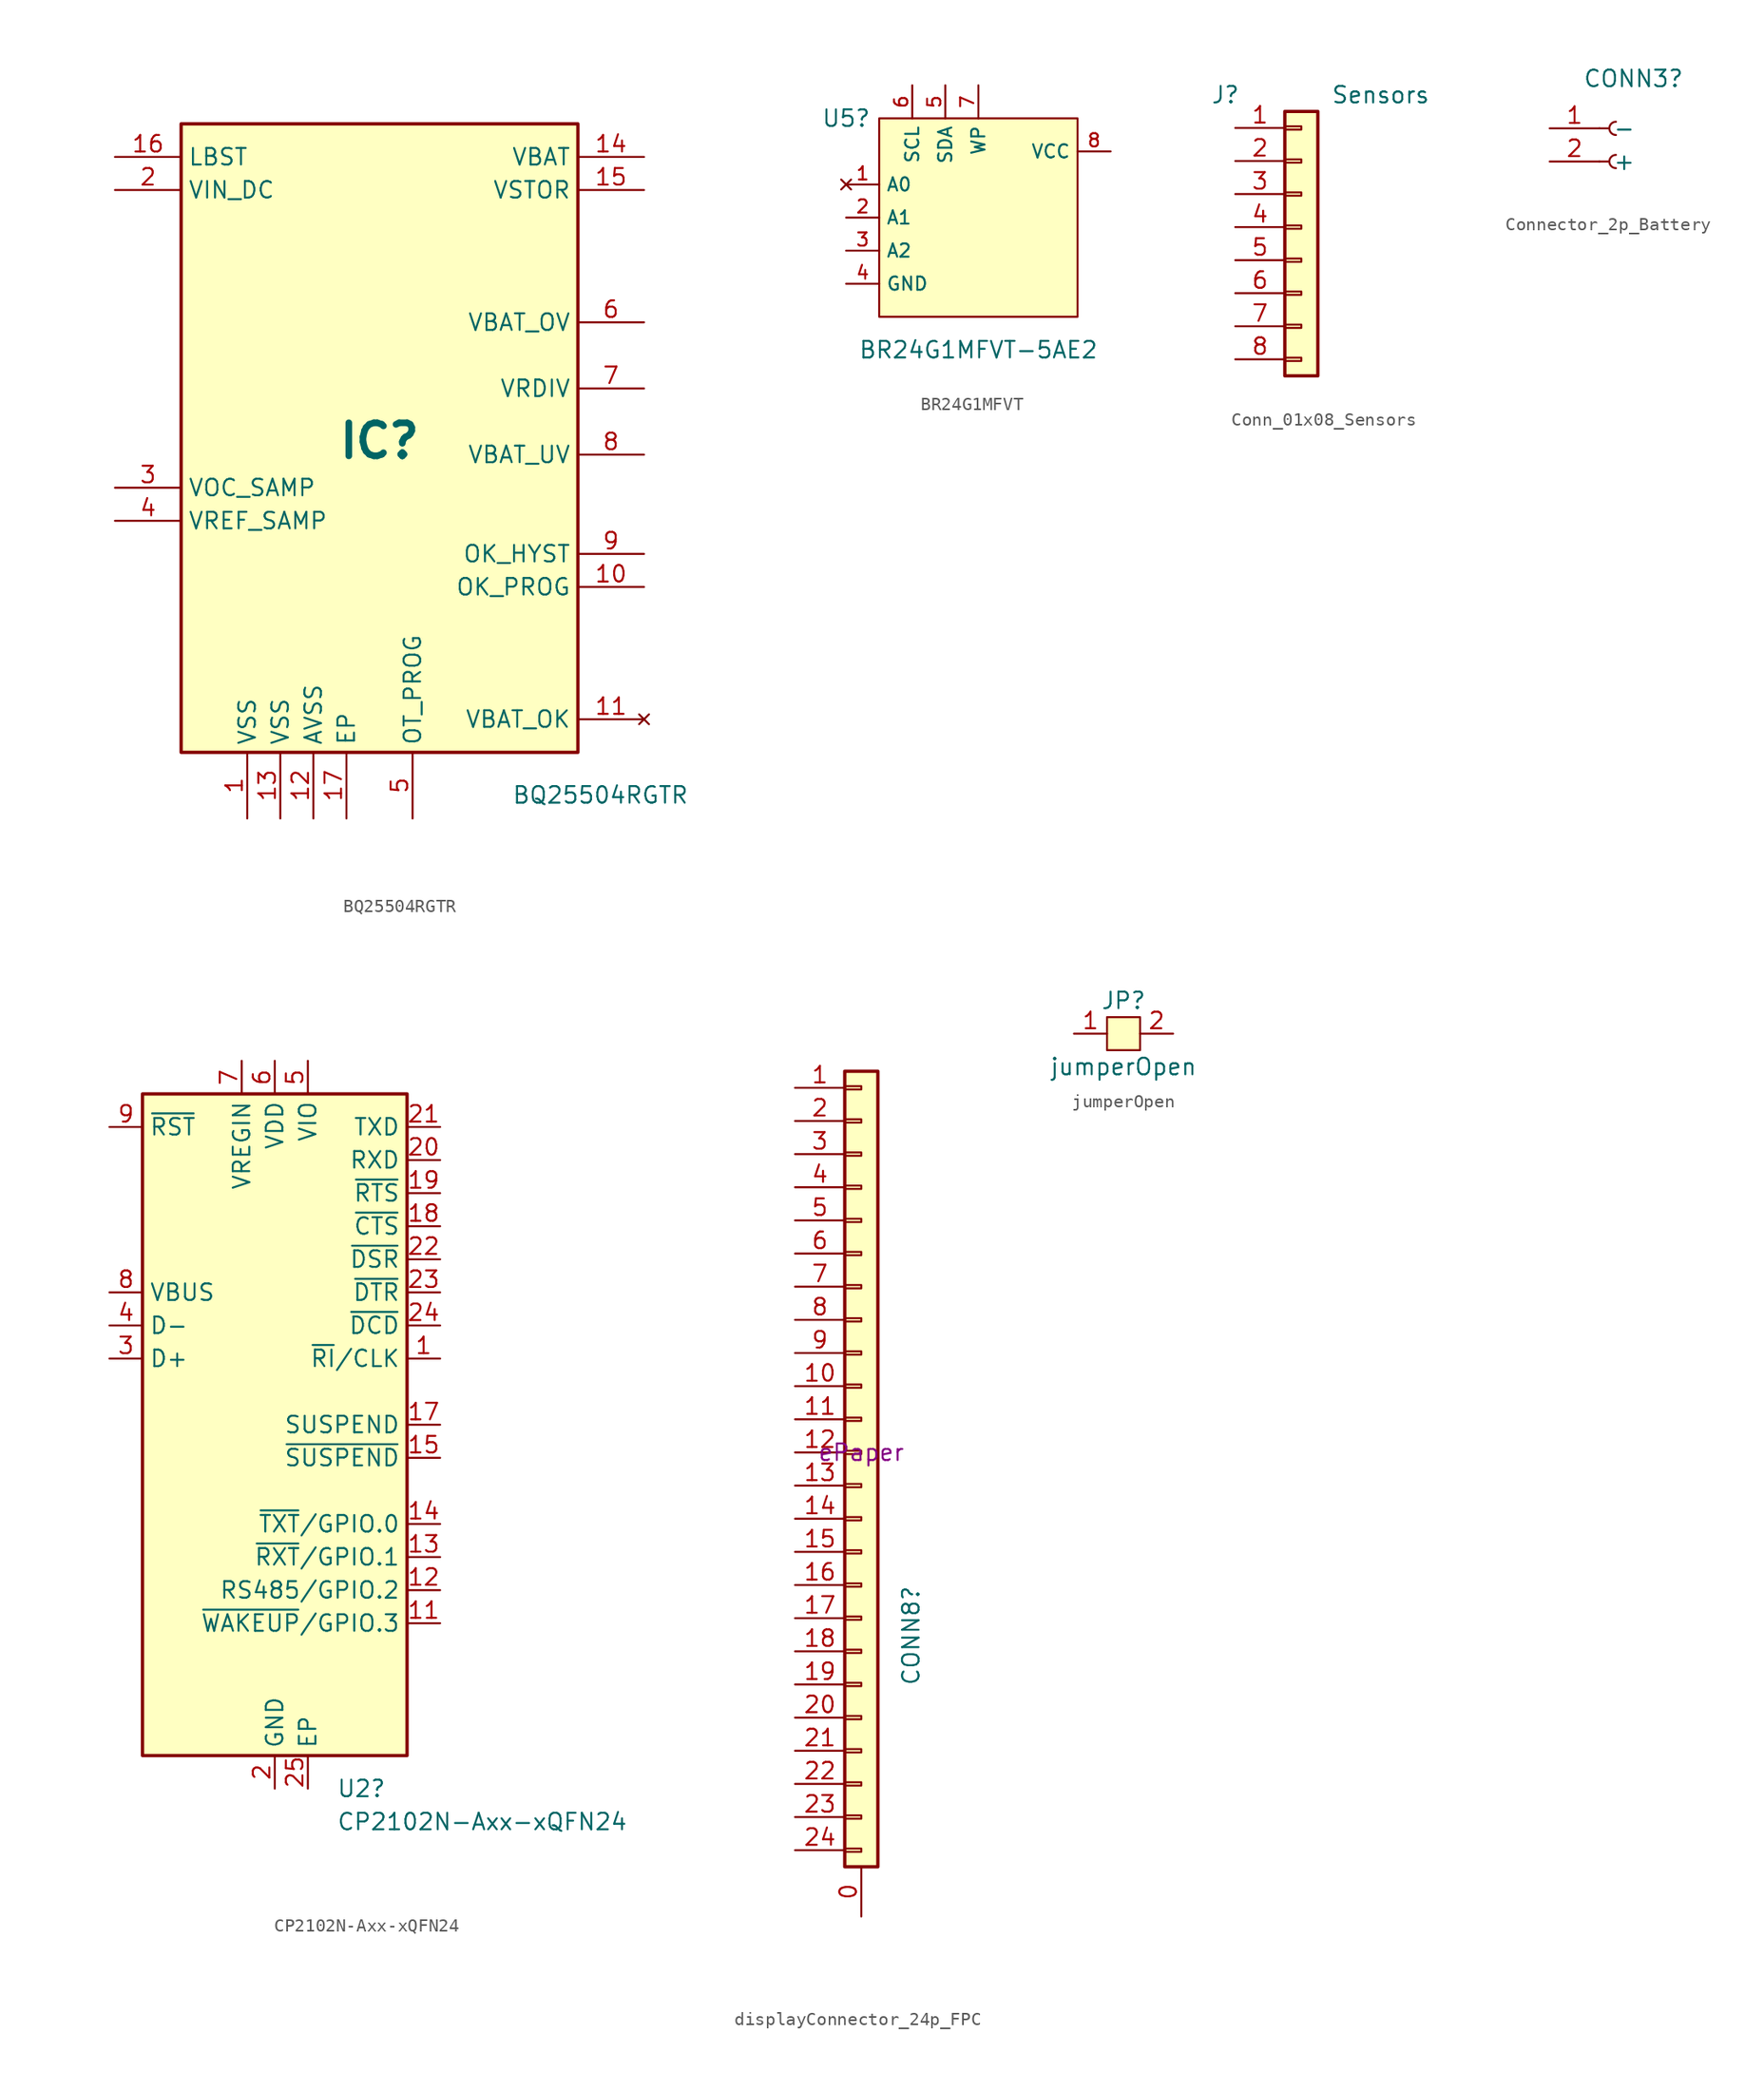
<source format=kicad_sym>
(kicad_symbol_lib
  (version 20231120)
  (generator "kicad_symbol_editor")
  (generator_version "8.0")
  (symbol "BQ25504RGTR"
    (property "Reference" "IC"
      (at 0 0 0)
      (effects (font (size 2.54 2.54) (thickness 0.508) (bold yes)) (justify top)))
    (property "Value" "BQ25504RGTR"
      (at 10.16 -27.94 0)
      (effects (font (size 1.27 1.27)) (justify left top)))
    (symbol "BQ25504RGTR_1_1"
      (rectangle (start -15.24 22.86) (end 15.24 -25.4) (stroke (width 0.254) (type default)) (fill (type background)))
      (pin power_in line (at -10.16 -30.48 90) (length 5.08) (name "VSS" (effects (font (size 1.27 1.27)))) (number "1" (effects (font (size 1.27 1.27)))))
      (pin passive line (at 20.32 -12.7 180) (length 5.08) (name "OK_PROG" (effects (font (size 1.27 1.27)))) (number "10" (effects (font (size 1.27 1.27)))))
      (pin no_connect line (at 20.32 -22.86 180) (length 5.08) (name "VBAT_OK" (effects (font (size 1.27 1.27)))) (number "11" (effects (font (size 1.27 1.27)))))
      (pin passive line (at -5.08 -30.48 90) (length 5.08) (name "AVSS" (effects (font (size 1.27 1.27)))) (number "12" (effects (font (size 1.27 1.27)))))
      (pin passive line (at -7.62 -30.48 90) (length 5.08) (name "VSS" (effects (font (size 1.27 1.27)))) (number "13" (effects (font (size 1.27 1.27)))))
      (pin passive line (at 20.32 20.32 180) (length 5.08) (name "VBAT" (effects (font (size 1.27 1.27)))) (number "14" (effects (font (size 1.27 1.27)))))
      (pin passive line (at 20.32 17.78 180) (length 5.08) (name "VSTOR" (effects (font (size 1.27 1.27)))) (number "15" (effects (font (size 1.27 1.27)))))
      (pin passive line (at -20.32 20.32 0) (length 5.08) (name "LBST" (effects (font (size 1.27 1.27)))) (number "16" (effects (font (size 1.27 1.27)))))
      (pin passive line (at -2.54 -30.48 90) (length 5.08) (name "EP" (effects (font (size 1.27 1.27)))) (number "17" (effects (font (size 1.27 1.27)))))
      (pin input line (at -20.32 17.78 0) (length 5.08) (name "VIN_DC" (effects (font (size 1.27 1.27)))) (number "2" (effects (font (size 1.27 1.27)))))
      (pin input line (at -20.32 -5.08 0) (length 5.08) (name "VOC_SAMP" (effects (font (size 1.27 1.27)))) (number "3" (effects (font (size 1.27 1.27)))))
      (pin input line (at -20.32 -7.62 0) (length 5.08) (name "VREF_SAMP" (effects (font (size 1.27 1.27)))) (number "4" (effects (font (size 1.27 1.27)))))
      (pin passive line (at 2.54 -30.48 90) (length 5.08) (name "OT_PROG" (effects (font (size 1.27 1.27)))) (number "5" (effects (font (size 1.27 1.27)))))
      (pin passive line (at 20.32 7.62 180) (length 5.08) (name "VBAT_OV" (effects (font (size 1.27 1.27)))) (number "6" (effects (font (size 1.27 1.27)))))
      (pin passive line (at 20.32 2.54 180) (length 5.08) (name "VRDIV" (effects (font (size 1.27 1.27)))) (number "7" (effects (font (size 1.27 1.27)))))
      (pin passive line (at 20.32 -2.54 180) (length 5.08) (name "VBAT_UV" (effects (font (size 1.27 1.27)))) (number "8" (effects (font (size 1.27 1.27)))))
      (pin passive line (at 20.32 -10.16 180) (length 5.08) (name "OK_HYST" (effects (font (size 1.27 1.27)))) (number "9" (effects (font (size 1.27 1.27)))))))
  (symbol "BR24G1MFVT"
    (property "Reference" "U5"
      (at -10.16 7.62 0)
      (effects (font (size 1.27 1.27))))
    (property "Value" "BR24G1MFVT-5AE2"
      (at 0 -10.16 0)
      (effects (font (size 1.27 1.27))))
    (symbol "BR24G1MFVT_0_1"
      (rectangle (start -7.62 7.62) (end 7.62 -7.62) (stroke (width 0) (type default)) (fill (type background))))
    (symbol "BR24G1MFVT_1_1"
      (pin no_connect line (at -10.16 2.54 0) (length 2.54) (name "A0" (effects (font (size 1.016 1.016)))) (number "1" (effects (font (size 1.016 1.016)))))
      (pin input line (at -10.16 0 0) (length 2.54) (name "A1" (effects (font (size 1.016 1.016)))) (number "2" (effects (font (size 1.016 1.016)))))
      (pin input line (at -10.16 -2.54 0) (length 2.54) (name "A2" (effects (font (size 1.016 1.016)))) (number "3" (effects (font (size 1.016 1.016)))))
      (pin power_in line (at -10.16 -5.08 0) (length 2.54) (name "GND" (effects (font (size 1.016 1.016)))) (number "4" (effects (font (size 1.016 1.016)))))
      (pin input line (at -2.54 10.16 270) (length 2.54) (name "SDA" (effects (font (size 1.016 1.016)))) (number "5" (effects (font (size 1.016 1.016)))))
      (pin input line (at -5.08 10.16 270) (length 2.54) (name "SCL" (effects (font (size 1.016 1.016)))) (number "6" (effects (font (size 1.016 1.016)))))
      (pin input line (at 0 10.16 270) (length 2.54) (name "WP" (effects (font (size 1.016 1.016)))) (number "7" (effects (font (size 1.016 1.016)))))
      (pin power_in line (at 10.16 5.08 180) (length 2.54) (name "VCC" (effects (font (size 1.016 1.016)))) (number "8" (effects (font (size 1.016 1.016)))))))
  (symbol "Conn_01x08_Sensors"
    (pin_names
      (offset 1.016) hide)
    (property "Reference" "J"
      (at -5.842 10.16 0)
      (effects (font (size 1.27 1.27))))
    (property "Value" "Sensors"
      (at 6.096 10.16 0)
      (effects (font (size 1.27 1.27))))
    (symbol "Conn_01x08_Sensors_1_1"
      (rectangle (start -1.27 -10.033) (end 0 -10.287) (stroke (width 0.152) (type default)) (fill (type none)))
      (rectangle (start -1.27 -7.493) (end 0 -7.747) (stroke (width 0.152) (type default)) (fill (type none)))
      (rectangle (start -1.27 -4.953) (end 0 -5.207) (stroke (width 0.152) (type default)) (fill (type none)))
      (rectangle (start -1.27 -2.413) (end 0 -2.667) (stroke (width 0.152) (type default)) (fill (type none)))
      (rectangle (start -1.27 0.127) (end 0 -0.127) (stroke (width 0.152) (type default)) (fill (type none)))
      (rectangle (start -1.27 2.667) (end 0 2.413) (stroke (width 0.152) (type default)) (fill (type none)))
      (rectangle (start -1.27 5.207) (end 0 4.953) (stroke (width 0.152) (type default)) (fill (type none)))
      (rectangle (start -1.27 7.747) (end 0 7.493) (stroke (width 0.152) (type default)) (fill (type none)))
      (rectangle (start -1.27 8.89) (end 1.27 -11.43) (stroke (width 0.254) (type default)) (fill (type background)))
      (pin passive line (at -5.08 7.62 0) (length 3.81) (name "Pin_1" (effects (font (size 1.27 1.27)))) (number "1" (effects (font (size 1.27 1.27)))))
      (pin passive line (at -5.08 5.08 0) (length 3.81) (name "Pin_2" (effects (font (size 1.27 1.27)))) (number "2" (effects (font (size 1.27 1.27)))))
      (pin passive line (at -5.08 2.54 0) (length 3.81) (name "Pin_3" (effects (font (size 1.27 1.27)))) (number "3" (effects (font (size 1.27 1.27)))))
      (pin passive line (at -5.08 0 0) (length 3.81) (name "Pin_4" (effects (font (size 1.27 1.27)))) (number "4" (effects (font (size 1.27 1.27)))))
      (pin passive line (at -5.08 -2.54 0) (length 3.81) (name "Pin_5" (effects (font (size 1.27 1.27)))) (number "5" (effects (font (size 1.27 1.27)))))
      (pin passive line (at -5.08 -5.08 0) (length 3.81) (name "Pin_6" (effects (font (size 1.27 1.27)))) (number "6" (effects (font (size 1.27 1.27)))))
      (pin passive line (at -5.08 -7.62 0) (length 3.81) (name "Pin_7" (effects (font (size 1.27 1.27)))) (number "7" (effects (font (size 1.27 1.27)))))
      (pin passive line (at -5.08 -10.16 0) (length 3.81) (name "Pin_8" (effects (font (size 1.27 1.27)))) (number "8" (effects (font (size 1.27 1.27)))))))
  (symbol "Connector_2p_Battery"
    (pin_names
      (offset 1.016))
    (property "Reference" "CONN3"
      (at -2.54 3.81 0)
      (effects (font (size 1.27 1.27)) (justify left)))
    (property "Description" ""
      (at 0 -5.08 0)
      (effects (font (size 1.27 1.27))))
    (symbol "Connector_2p_Battery_1_1"
      (arc (start 0 -2.032) (mid -0.5058 -2.54) (end 0 -3.048) (stroke (width 0.1524) (type default)) (fill (type none)))
      (polyline (pts (xy -1.27 -2.54) (xy -0.508 -2.54)) (stroke (width 0.152) (type default)) (fill (type none)))
      (polyline (pts (xy -1.27 0) (xy -0.508 0)) (stroke (width 0.152) (type default)) (fill (type none)))
      (arc (start 0 0.508) (mid -0.5058 0) (end 0 -0.508) (stroke (width 0.1524) (type default)) (fill (type none)))
      (pin power_in line (at -5.08 0 0) (length 3.81) (name "-" (effects (font (size 1.27 1.27)))) (number "1" (effects (font (size 1.27 1.27)))))
      (pin power_out line (at -5.08 -2.54 0) (length 3.81) (name "+" (effects (font (size 1.27 1.27)))) (number "2" (effects (font (size 1.27 1.27)))))))
  (symbol "CP2102N-Axx-xQFN24"
    (property "Reference" "U2"
      (at 4.734 -27.94 0)
      (effects (font (size 1.27 1.27)) (justify left)))
    (property "Value" "CP2102N-Axx-xQFN24"
      (at 4.734 -30.48 0)
      (effects (font (size 1.27 1.27)) (justify left)))
    (symbol "CP2102N-Axx-xQFN24_0_1"
      (rectangle (start -10.16 25.4) (end 10.16 -25.4) (stroke (width 0.254) (type default)) (fill (type background))))
    (symbol "CP2102N-Axx-xQFN24_1_1"
      (pin bidirectional line (at 12.7 5.08 180) (length 2.54) (name "~{RI}/CLK" (effects (font (size 1.27 1.27)))) (number "1" (effects (font (size 1.27 1.27)))))
      (pin no_connect line (at -10.16 -22.86 0) (length 2.54) hide (name "NC" (effects (font (size 1.27 1.27)))) (number "10" (effects (font (size 1.27 1.27)))))
      (pin bidirectional line (at 12.7 -15.24 180) (length 2.54) (name "~{WAKEUP}/GPIO.3" (effects (font (size 1.27 1.27)))) (number "11" (effects (font (size 1.27 1.27)))))
      (pin bidirectional line (at 12.7 -12.7 180) (length 2.54) (name "RS485/GPIO.2" (effects (font (size 1.27 1.27)))) (number "12" (effects (font (size 1.27 1.27)))))
      (pin bidirectional line (at 12.7 -10.16 180) (length 2.54) (name "~{RXT}/GPIO.1" (effects (font (size 1.27 1.27)))) (number "13" (effects (font (size 1.27 1.27)))))
      (pin bidirectional line (at 12.7 -7.62 180) (length 2.54) (name "~{TXT}/GPIO.0" (effects (font (size 1.27 1.27)))) (number "14" (effects (font (size 1.27 1.27)))))
      (pin output line (at 12.7 -2.54 180) (length 2.54) (name "~{SUSPEND}" (effects (font (size 1.27 1.27)))) (number "15" (effects (font (size 1.27 1.27)))))
      (pin no_connect line (at 10.16 -22.86 180) (length 2.54) hide (name "NC" (effects (font (size 1.27 1.27)))) (number "16" (effects (font (size 1.27 1.27)))))
      (pin output line (at 12.7 0 180) (length 2.54) (name "SUSPEND" (effects (font (size 1.27 1.27)))) (number "17" (effects (font (size 1.27 1.27)))))
      (pin input line (at 12.7 15.24 180) (length 2.54) (name "~{CTS}" (effects (font (size 1.27 1.27)))) (number "18" (effects (font (size 1.27 1.27)))))
      (pin output line (at 12.7 17.78 180) (length 2.54) (name "~{RTS}" (effects (font (size 1.27 1.27)))) (number "19" (effects (font (size 1.27 1.27)))))
      (pin power_in line (at 0 -27.94 90) (length 2.54) (name "GND" (effects (font (size 1.27 1.27)))) (number "2" (effects (font (size 1.27 1.27)))))
      (pin input line (at 12.7 20.32 180) (length 2.54) (name "RXD" (effects (font (size 1.27 1.27)))) (number "20" (effects (font (size 1.27 1.27)))))
      (pin output line (at 12.7 22.86 180) (length 2.54) (name "TXD" (effects (font (size 1.27 1.27)))) (number "21" (effects (font (size 1.27 1.27)))))
      (pin input line (at 12.7 12.7 180) (length 2.54) (name "~{DSR}" (effects (font (size 1.27 1.27)))) (number "22" (effects (font (size 1.27 1.27)))))
      (pin output line (at 12.7 10.16 180) (length 2.54) (name "~{DTR}" (effects (font (size 1.27 1.27)))) (number "23" (effects (font (size 1.27 1.27)))))
      (pin input line (at 12.7 7.62 180) (length 2.54) (name "~{DCD}" (effects (font (size 1.27 1.27)))) (number "24" (effects (font (size 1.27 1.27)))))
      (pin power_in line (at 2.54 -27.94 90) (length 2.54) (name "EP" (effects (font (size 1.27 1.27)))) (number "25" (effects (font (size 1.27 1.27)))))
      (pin bidirectional line (at -12.7 5.08 0) (length 2.54) (name "D+" (effects (font (size 1.27 1.27)))) (number "3" (effects (font (size 1.27 1.27)))))
      (pin bidirectional line (at -12.7 7.62 0) (length 2.54) (name "D-" (effects (font (size 1.27 1.27)))) (number "4" (effects (font (size 1.27 1.27)))))
      (pin power_in line (at 2.54 27.94 270) (length 2.54) (name "VIO" (effects (font (size 1.27 1.27)))) (number "5" (effects (font (size 1.27 1.27)))))
      (pin power_out line (at 0 27.94 270) (length 2.54) (name "VDD" (effects (font (size 1.27 1.27)))) (number "6" (effects (font (size 1.27 1.27)))))
      (pin power_in line (at -2.54 27.94 270) (length 2.54) (name "VREGIN" (effects (font (size 1.27 1.27)))) (number "7" (effects (font (size 1.27 1.27)))))
      (pin input line (at -12.7 10.16 0) (length 2.54) (name "VBUS" (effects (font (size 1.27 1.27)))) (number "8" (effects (font (size 1.27 1.27)))))
      (pin input line (at -12.7 22.86 0) (length 2.54) (name "~{RST}" (effects (font (size 1.27 1.27)))) (number "9" (effects (font (size 1.27 1.27)))))))
  (symbol "displayConnector_24p_FPC"
    (pin_names
      (offset 1.016) hide)
    (property "Reference" "CONN8"
      (at 3.81 -10.16 90)
      (effects (font (size 1.27 1.27)) (justify right)))
    (property "Description" "ePaper"
      (at 0 0 0)
      (effects (font (size 1.27 1.27))))
    (symbol "displayConnector_24p_FPC_1_1"
      (rectangle (start -1.27 -30.353) (end 0 -30.607) (stroke (width 0.152) (type default)) (fill (type none)))
      (rectangle (start -1.27 -27.813) (end 0 -28.067) (stroke (width 0.152) (type default)) (fill (type none)))
      (rectangle (start -1.27 -25.273) (end 0 -25.527) (stroke (width 0.152) (type default)) (fill (type none)))
      (rectangle (start -1.27 -22.733) (end 0 -22.987) (stroke (width 0.152) (type default)) (fill (type none)))
      (rectangle (start -1.27 -20.193) (end 0 -20.447) (stroke (width 0.152) (type default)) (fill (type none)))
      (rectangle (start -1.27 -17.653) (end 0 -17.907) (stroke (width 0.152) (type default)) (fill (type none)))
      (rectangle (start -1.27 -15.113) (end 0 -15.367) (stroke (width 0.152) (type default)) (fill (type none)))
      (rectangle (start -1.27 -12.573) (end 0 -12.827) (stroke (width 0.152) (type default)) (fill (type none)))
      (rectangle (start -1.27 -10.033) (end 0 -10.287) (stroke (width 0.152) (type default)) (fill (type none)))
      (rectangle (start -1.27 -7.493) (end 0 -7.747) (stroke (width 0.152) (type default)) (fill (type none)))
      (rectangle (start -1.27 -4.953) (end 0 -5.207) (stroke (width 0.152) (type default)) (fill (type none)))
      (rectangle (start -1.27 -2.413) (end 0 -2.667) (stroke (width 0.152) (type default)) (fill (type none)))
      (rectangle (start -1.27 0.127) (end 0 -0.127) (stroke (width 0.152) (type default)) (fill (type none)))
      (rectangle (start -1.27 2.667) (end 0 2.413) (stroke (width 0.152) (type default)) (fill (type none)))
      (rectangle (start -1.27 5.207) (end 0 4.953) (stroke (width 0.152) (type default)) (fill (type none)))
      (rectangle (start -1.27 7.747) (end 0 7.493) (stroke (width 0.152) (type default)) (fill (type none)))
      (rectangle (start -1.27 10.287) (end 0 10.033) (stroke (width 0.152) (type default)) (fill (type none)))
      (rectangle (start -1.27 12.827) (end 0 12.573) (stroke (width 0.152) (type default)) (fill (type none)))
      (rectangle (start -1.27 15.367) (end 0 15.113) (stroke (width 0.152) (type default)) (fill (type none)))
      (rectangle (start -1.27 17.907) (end 0 17.653) (stroke (width 0.152) (type default)) (fill (type none)))
      (rectangle (start -1.27 20.447) (end 0 20.193) (stroke (width 0.152) (type default)) (fill (type none)))
      (rectangle (start -1.27 22.987) (end 0 22.733) (stroke (width 0.152) (type default)) (fill (type none)))
      (rectangle (start -1.27 25.527) (end 0 25.273) (stroke (width 0.152) (type default)) (fill (type none)))
      (rectangle (start -1.27 28.067) (end 0 27.813) (stroke (width 0.152) (type default)) (fill (type none)))
      (rectangle (start -1.27 29.21) (end 1.27 -31.75) (stroke (width 0.254) (type default)) (fill (type background)))
      (pin power_in line (at 0 -35.56 90) (length 3.81) (name "GND" (effects (font (size 1.27 1.27)))) (number "0" (effects (font (size 1.27 1.27)))))
      (pin passive line (at -5.08 27.94 0) (length 3.81) (name "Pin_1" (effects (font (size 1.27 1.27)))) (number "1" (effects (font (size 1.27 1.27)))))
      (pin passive line (at -5.08 5.08 0) (length 3.81) (name "Pin_10" (effects (font (size 1.27 1.27)))) (number "10" (effects (font (size 1.27 1.27)))))
      (pin passive line (at -5.08 2.54 0) (length 3.81) (name "Pin_11" (effects (font (size 1.27 1.27)))) (number "11" (effects (font (size 1.27 1.27)))))
      (pin passive line (at -5.08 0 0) (length 3.81) (name "Pin_12" (effects (font (size 1.27 1.27)))) (number "12" (effects (font (size 1.27 1.27)))))
      (pin passive line (at -5.08 -2.54 0) (length 3.81) (name "Pin_13" (effects (font (size 1.27 1.27)))) (number "13" (effects (font (size 1.27 1.27)))))
      (pin passive line (at -5.08 -5.08 0) (length 3.81) (name "Pin_14" (effects (font (size 1.27 1.27)))) (number "14" (effects (font (size 1.27 1.27)))))
      (pin passive line (at -5.08 -7.62 0) (length 3.81) (name "Pin_15" (effects (font (size 1.27 1.27)))) (number "15" (effects (font (size 1.27 1.27)))))
      (pin passive line (at -5.08 -10.16 0) (length 3.81) (name "Pin_16" (effects (font (size 1.27 1.27)))) (number "16" (effects (font (size 1.27 1.27)))))
      (pin passive line (at -5.08 -12.7 0) (length 3.81) (name "Pin_17" (effects (font (size 1.27 1.27)))) (number "17" (effects (font (size 1.27 1.27)))))
      (pin passive line (at -5.08 -15.24 0) (length 3.81) (name "Pin_18" (effects (font (size 1.27 1.27)))) (number "18" (effects (font (size 1.27 1.27)))))
      (pin passive line (at -5.08 -17.78 0) (length 3.81) (name "Pin_19" (effects (font (size 1.27 1.27)))) (number "19" (effects (font (size 1.27 1.27)))))
      (pin passive line (at -5.08 25.4 0) (length 3.81) (name "Pin_2" (effects (font (size 1.27 1.27)))) (number "2" (effects (font (size 1.27 1.27)))))
      (pin passive line (at -5.08 -20.32 0) (length 3.81) (name "Pin_20" (effects (font (size 1.27 1.27)))) (number "20" (effects (font (size 1.27 1.27)))))
      (pin passive line (at -5.08 -22.86 0) (length 3.81) (name "Pin_21" (effects (font (size 1.27 1.27)))) (number "21" (effects (font (size 1.27 1.27)))))
      (pin passive line (at -5.08 -25.4 0) (length 3.81) (name "Pin_22" (effects (font (size 1.27 1.27)))) (number "22" (effects (font (size 1.27 1.27)))))
      (pin passive line (at -5.08 -27.94 0) (length 3.81) (name "Pin_23" (effects (font (size 1.27 1.27)))) (number "23" (effects (font (size 1.27 1.27)))))
      (pin passive line (at -5.08 -30.48 0) (length 3.81) (name "Pin_24" (effects (font (size 1.27 1.27)))) (number "24" (effects (font (size 1.27 1.27)))))
      (pin passive line (at -5.08 22.86 0) (length 3.81) (name "Pin_3" (effects (font (size 1.27 1.27)))) (number "3" (effects (font (size 1.27 1.27)))))
      (pin passive line (at -5.08 20.32 0) (length 3.81) (name "Pin_4" (effects (font (size 1.27 1.27)))) (number "4" (effects (font (size 1.27 1.27)))))
      (pin passive line (at -5.08 17.78 0) (length 3.81) (name "Pin_5" (effects (font (size 1.27 1.27)))) (number "5" (effects (font (size 1.27 1.27)))))
      (pin passive line (at -5.08 15.24 0) (length 3.81) (name "Pin_6" (effects (font (size 1.27 1.27)))) (number "6" (effects (font (size 1.27 1.27)))))
      (pin passive line (at -5.08 12.7 0) (length 3.81) (name "Pin_7" (effects (font (size 1.27 1.27)))) (number "7" (effects (font (size 1.27 1.27)))))
      (pin passive line (at -5.08 10.16 0) (length 3.81) (name "Pin_8" (effects (font (size 1.27 1.27)))) (number "8" (effects (font (size 1.27 1.27)))))
      (pin passive line (at -5.08 7.62 0) (length 3.81) (name "Pin_9" (effects (font (size 1.27 1.27)))) (number "9" (effects (font (size 1.27 1.27)))))))
  (symbol "jumperOpen"
    (property "Reference" "JP"
      (at 0 2.54 0)
      (effects (font (size 1.27 1.27))))
    (property "Value" "jumperOpen"
      (at 0 -2.54 0)
      (effects (font (size 1.27 1.27))))
    (symbol "jumperOpen_1_1"
      (rectangle (start -1.27 1.27) (end 1.27 -1.27) (stroke (width 0) (type default)) (fill (type background)))
      (pin passive line (at -3.81 0 0) (length 2.54) (name "" (effects (font (size 1.27 1.27)))) (number "1" (effects (font (size 1.27 1.27)))))
      (pin passive line (at 3.81 0 180) (length 2.54) (name "" (effects (font (size 1.27 1.27)))) (number "2" (effects (font (size 1.27 1.27))))))))
</source>
